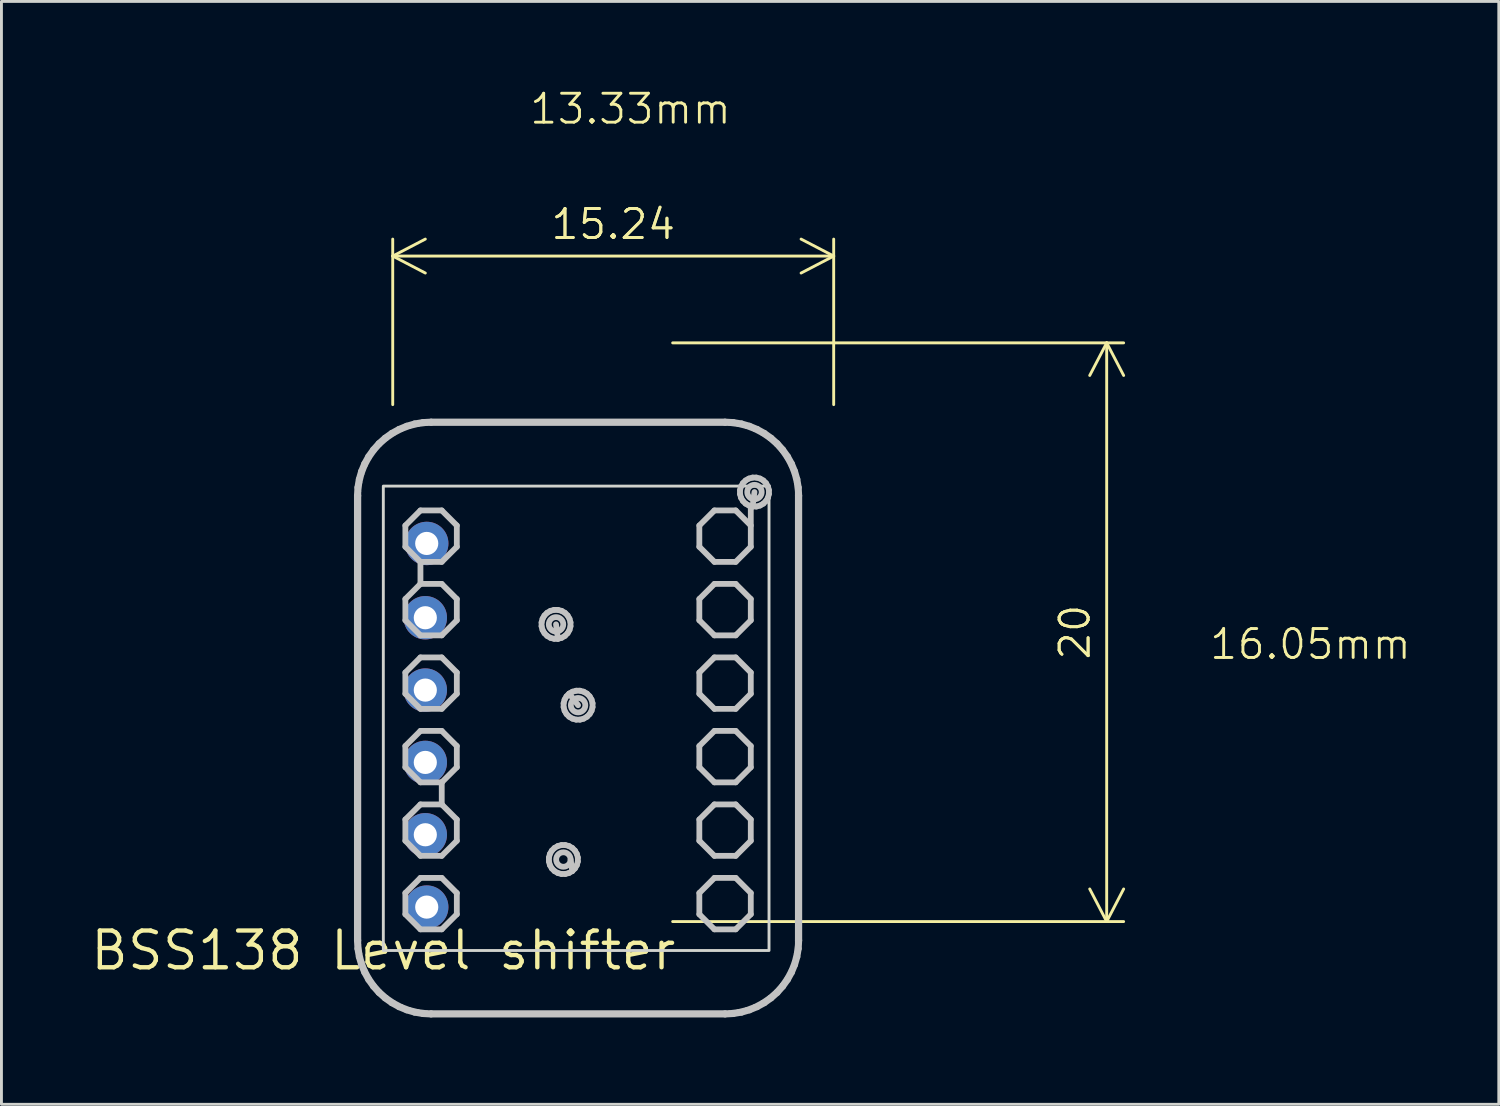
<source format=kicad_pcb>
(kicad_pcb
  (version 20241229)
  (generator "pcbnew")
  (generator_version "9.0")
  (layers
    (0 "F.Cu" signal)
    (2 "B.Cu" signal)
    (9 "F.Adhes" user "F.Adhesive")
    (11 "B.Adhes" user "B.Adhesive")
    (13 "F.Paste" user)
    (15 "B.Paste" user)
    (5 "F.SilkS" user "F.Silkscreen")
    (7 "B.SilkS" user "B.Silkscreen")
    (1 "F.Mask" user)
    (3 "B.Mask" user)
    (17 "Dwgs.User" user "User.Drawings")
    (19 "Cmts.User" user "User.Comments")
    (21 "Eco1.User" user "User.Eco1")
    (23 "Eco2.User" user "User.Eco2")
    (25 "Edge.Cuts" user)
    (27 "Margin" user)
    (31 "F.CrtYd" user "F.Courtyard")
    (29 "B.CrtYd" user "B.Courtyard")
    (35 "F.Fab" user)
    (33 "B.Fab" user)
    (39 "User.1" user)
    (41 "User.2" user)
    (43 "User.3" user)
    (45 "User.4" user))
  (footprint "BSS138 Level shifter"
    (layer "F.Cu")
    (at 10.198 29.8)
    (property "Reference" "BSS138 Level shifter" (at 0 0 0) (layer "F.SilkS") (effects (font (size 1.27 1.27) (thickness 0.15))))
    (fp_line (start -0.914 -15.717) (end -0.898 -16.004) (stroke (width 0.2) (type default)) (layer "Dwgs.User"))
    (fp_line (start -0.914 -0.35) (end -0.914 -15.717) (stroke (width 0.2) (type default)) (layer "Dwgs.User"))
    (fp_line (start -0.898 -16.004) (end -0.85 -16.288) (stroke (width 0.2) (type default)) (layer "Dwgs.User"))
    (fp_line (start -0.898 -0.063) (end -0.914 -0.35) (stroke (width 0.2) (type default)) (layer "Dwgs.User"))
    (fp_line (start -0.864 -15.869) (end -0.864 -15.717) (stroke (width 0.2) (type default)) (layer "Dwgs.User"))
    (fp_line (start -0.864 -15.717) (end -0.864 -0.35) (stroke (width 0.2) (type default)) (layer "Dwgs.User"))
    (fp_line (start -0.864 -0.35) (end -0.864 -0.198) (stroke (width 0.2) (type default)) (layer "Dwgs.User"))
    (fp_line (start -0.864 -0.198) (end -0.827 0.104) (stroke (width 0.2) (type default)) (layer "Dwgs.User"))
    (fp_line (start -0.85 -16.288) (end -0.77 -16.564) (stroke (width 0.2) (type default)) (layer "Dwgs.User"))
    (fp_line (start -0.85 0.221) (end -0.898 -0.063) (stroke (width 0.2) (type default)) (layer "Dwgs.User"))
    (fp_line (start -0.827 -16.171) (end -0.864 -15.869) (stroke (width 0.2) (type default)) (layer "Dwgs.User"))
    (fp_line (start -0.827 0.104) (end -0.755 0.4) (stroke (width 0.2) (type default)) (layer "Dwgs.User"))
    (fp_line (start -0.77 -16.564) (end -0.66 -16.83) (stroke (width 0.2) (type default)) (layer "Dwgs.User"))
    (fp_line (start -0.77 0.497) (end -0.85 0.221) (stroke (width 0.2) (type default)) (layer "Dwgs.User"))
    (fp_line (start -0.755 -16.467) (end -0.827 -16.171) (stroke (width 0.2) (type default)) (layer "Dwgs.User"))
    (fp_line (start -0.755 0.4) (end -0.77 0.497) (stroke (width 0.2) (type default)) (layer "Dwgs.User"))
    (fp_line (start -0.755 0.4) (end -0.647 0.684) (stroke (width 0.2) (type default)) (layer "Dwgs.User"))
    (fp_line (start -0.66 -16.83) (end -0.521 -17.082) (stroke (width 0.2) (type default)) (layer "Dwgs.User"))
    (fp_line (start -0.66 0.763) (end -0.77 0.497) (stroke (width 0.2) (type default)) (layer "Dwgs.User"))
    (fp_line (start -0.647 -16.751) (end -0.755 -16.467) (stroke (width 0.2) (type default)) (layer "Dwgs.User"))
    (fp_line (start -0.647 0.684) (end -0.505 0.953) (stroke (width 0.2) (type default)) (layer "Dwgs.User"))
    (fp_line (start -0.521 -17.082) (end -0.354 -17.316) (stroke (width 0.2) (type default)) (layer "Dwgs.User"))
    (fp_line (start -0.521 1.015) (end -0.66 0.763) (stroke (width 0.2) (type default)) (layer "Dwgs.User"))
    (fp_line (start -0.505 -17.02) (end -0.647 -16.751) (stroke (width 0.2) (type default)) (layer "Dwgs.User"))
    (fp_line (start -0.505 0.953) (end -0.332 1.204) (stroke (width 0.2) (type default)) (layer "Dwgs.User"))
    (fp_line (start -0.354 -17.316) (end -0.163 -17.531) (stroke (width 0.2) (type default)) (layer "Dwgs.User"))
    (fp_line (start -0.354 1.249) (end -0.521 1.015) (stroke (width 0.2) (type default)) (layer "Dwgs.User"))
    (fp_line (start -0.332 -17.271) (end -0.505 -17.02) (stroke (width 0.2) (type default)) (layer "Dwgs.User"))
    (fp_line (start -0.332 1.204) (end -0.131 1.432) (stroke (width 0.2) (type default)) (layer "Dwgs.User"))
    (fp_line (start -0.163 -17.531) (end 0.052 -17.722) (stroke (width 0.2) (type default)) (layer "Dwgs.User"))
    (fp_line (start -0.163 1.464) (end -0.354 1.249) (stroke (width 0.2) (type default)) (layer "Dwgs.User"))
    (fp_line (start -0.131 -17.499) (end -0.332 -17.271) (stroke (width 0.2) (type default)) (layer "Dwgs.User"))
    (fp_line (start -0.131 1.432) (end 0.097 1.633) (stroke (width 0.2) (type default)) (layer "Dwgs.User"))
    (fp_line (start 0.052 -17.722) (end 0.286 -17.889) (stroke (width 0.2) (type default)) (layer "Dwgs.User"))
    (fp_line (start 0.052 1.655) (end -0.163 1.464) (stroke (width 0.2) (type default)) (layer "Dwgs.User"))
    (fp_line (start 0.097 -17.7) (end -0.131 -17.499) (stroke (width 0.2) (type default)) (layer "Dwgs.User"))
    (fp_line (start 0.097 1.633) (end 0.348 1.806) (stroke (width 0.2) (type default)) (layer "Dwgs.User"))
    (fp_line (start 0.286 -17.889) (end 0.538 -18.028) (stroke (width 0.2) (type default)) (layer "Dwgs.User"))
    (fp_line (start 0.286 1.822) (end 0.052 1.655) (stroke (width 0.2) (type default)) (layer "Dwgs.User"))
    (fp_line (start 0.348 -17.873) (end 0.097 -17.7) (stroke (width 0.2) (type default)) (layer "Dwgs.User"))
    (fp_line (start 0.348 1.806) (end 0.617 1.948) (stroke (width 0.2) (type default)) (layer "Dwgs.User"))
    (fp_line (start 0.538 -18.028) (end 0.804 -18.138) (stroke (width 0.2) (type default)) (layer "Dwgs.User"))
    (fp_line (start 0.538 1.961) (end 0.286 1.822) (stroke (width 0.2) (type default)) (layer "Dwgs.User"))
    (fp_line (start 0.617 -18.015) (end 0.348 -17.873) (stroke (width 0.2) (type default)) (layer "Dwgs.User"))
    (fp_line (start 0.617 1.948) (end 0.901 2.056) (stroke (width 0.2) (type default)) (layer "Dwgs.User"))
    (fp_line (start 0.762 -14.688) (end 1.283 -15.209) (stroke (width 0.2) (type default)) (layer "Dwgs.User"))
    (fp_line (start 0.762 -13.952) (end 0.762 -14.688) (stroke (width 0.2) (type default)) (layer "Dwgs.User"))
    (fp_line (start 0.762 -12.148) (end 1.283 -12.669) (stroke (width 0.2) (type default)) (layer "Dwgs.User"))
    (fp_line (start 0.762 -11.412) (end 0.762 -12.148) (stroke (width 0.2) (type default)) (layer "Dwgs.User"))
    (fp_line (start 0.762 -9.608) (end 1.283 -10.129) (stroke (width 0.2) (type default)) (layer "Dwgs.User"))
    (fp_line (start 0.762 -8.872) (end 0.762 -9.608) (stroke (width 0.2) (type default)) (layer "Dwgs.User"))
    (fp_line (start 0.762 -7.068) (end 1.283 -7.589) (stroke (width 0.2) (type default)) (layer "Dwgs.User"))
    (fp_line (start 0.762 -6.332) (end 0.762 -7.068) (stroke (width 0.2) (type default)) (layer "Dwgs.User"))
    (fp_line (start 0.762 -4.528) (end 1.283 -5.049) (stroke (width 0.2) (type default)) (layer "Dwgs.User"))
    (fp_line (start 0.762 -3.792) (end 0.762 -4.528) (stroke (width 0.2) (type default)) (layer "Dwgs.User"))
    (fp_line (start 0.762 -1.988) (end 1.283 -2.509) (stroke (width 0.2) (type default)) (layer "Dwgs.User"))
    (fp_line (start 0.762 -1.252) (end 0.762 -1.988) (stroke (width 0.2) (type default)) (layer "Dwgs.User"))
    (fp_line (start 0.804 -18.138) (end 1.08 -18.218) (stroke (width 0.2) (type default)) (layer "Dwgs.User"))
    (fp_line (start 0.804 2.071) (end 0.538 1.961) (stroke (width 0.2) (type default)) (layer "Dwgs.User"))
    (fp_line (start 0.901 -18.123) (end 0.617 -18.015) (stroke (width 0.2) (type default)) (layer "Dwgs.User"))
    (fp_line (start 0.901 2.056) (end 1.197 2.128) (stroke (width 0.2) (type default)) (layer "Dwgs.User"))
    (fp_line (start 1.08 -18.218) (end 1.364 -18.266) (stroke (width 0.2) (type default)) (layer "Dwgs.User"))
    (fp_line (start 1.08 2.151) (end 0.804 2.071) (stroke (width 0.2) (type default)) (layer "Dwgs.User"))
    (fp_line (start 1.197 -18.195) (end 0.901 -18.123) (stroke (width 0.2) (type default)) (layer "Dwgs.User"))
    (fp_line (start 1.197 2.128) (end 1.499 2.165) (stroke (width 0.2) (type default)) (layer "Dwgs.User"))
    (fp_line (start 1.283 -15.209) (end 2.019 -15.209) (stroke (width 0.2) (type default)) (layer "Dwgs.User"))
    (fp_line (start 1.283 -13.431) (end 0.762 -13.952) (stroke (width 0.2) (type default)) (layer "Dwgs.User"))
    (fp_line (start 1.283 -12.669) (end 1.283 -13.431) (stroke (width 0.2) (type default)) (layer "Dwgs.User"))
    (fp_line (start 1.283 -12.669) (end 2.019 -12.669) (stroke (width 0.2) (type default)) (layer "Dwgs.User"))
    (fp_line (start 1.283 -10.891) (end 0.762 -11.412) (stroke (width 0.2) (type default)) (layer "Dwgs.User"))
    (fp_line (start 1.283 -10.129) (end 2.019 -10.129) (stroke (width 0.2) (type default)) (layer "Dwgs.User"))
    (fp_line (start 1.283 -8.351) (end 0.762 -8.872) (stroke (width 0.2) (type default)) (layer "Dwgs.User"))
    (fp_line (start 1.283 -7.589) (end 2.019 -7.589) (stroke (width 0.2) (type default)) (layer "Dwgs.User"))
    (fp_line (start 1.283 -5.811) (end 0.762 -6.332) (stroke (width 0.2) (type default)) (layer "Dwgs.User"))
    (fp_line (start 1.283 -5.049) (end 2.019 -5.049) (stroke (width 0.2) (type default)) (layer "Dwgs.User"))
    (fp_line (start 1.283 -3.271) (end 0.762 -3.792) (stroke (width 0.2) (type default)) (layer "Dwgs.User"))
    (fp_line (start 1.283 -2.509) (end 2.019 -2.509) (stroke (width 0.2) (type default)) (layer "Dwgs.User"))
    (fp_line (start 1.283 -0.731) (end 0.762 -1.252) (stroke (width 0.2) (type default)) (layer "Dwgs.User"))
    (fp_line (start 1.364 -18.266) (end 1.651 -18.282) (stroke (width 0.2) (type default)) (layer "Dwgs.User"))
    (fp_line (start 1.364 2.199) (end 1.08 2.151) (stroke (width 0.2) (type default)) (layer "Dwgs.User"))
    (fp_line (start 1.499 -18.232) (end 1.197 -18.195) (stroke (width 0.2) (type default)) (layer "Dwgs.User"))
    (fp_line (start 1.499 2.165) (end 1.651 2.165) (stroke (width 0.2) (type default)) (layer "Dwgs.User"))
    (fp_line (start 1.651 -18.282) (end 11.811 -18.282) (stroke (width 0.2) (type default)) (layer "Dwgs.User"))
    (fp_line (start 1.651 -18.232) (end 1.499 -18.232) (stroke (width 0.2) (type default)) (layer "Dwgs.User"))
    (fp_line (start 1.651 2.165) (end 11.811 2.165) (stroke (width 0.2) (type default)) (layer "Dwgs.User"))
    (fp_line (start 1.651 2.215) (end 1.364 2.199) (stroke (width 0.2) (type default)) (layer "Dwgs.User"))
    (fp_line (start 2.019 -15.209) (end 2.54 -14.688) (stroke (width 0.2) (type default)) (layer "Dwgs.User"))
    (fp_line (start 2.019 -13.431) (end 1.283 -13.431) (stroke (width 0.2) (type default)) (layer "Dwgs.User"))
    (fp_line (start 2.019 -12.669) (end 2.54 -12.148) (stroke (width 0.2) (type default)) (layer "Dwgs.User"))
    (fp_line (start 2.019 -10.891) (end 1.283 -10.891) (stroke (width 0.2) (type default)) (layer "Dwgs.User"))
    (fp_line (start 2.019 -10.129) (end 2.54 -9.608) (stroke (width 0.2) (type default)) (layer "Dwgs.User"))
    (fp_line (start 2.019 -8.351) (end 1.283 -8.351) (stroke (width 0.2) (type default)) (layer "Dwgs.User"))
    (fp_line (start 2.019 -7.589) (end 2.54 -7.068) (stroke (width 0.2) (type default)) (layer "Dwgs.User"))
    (fp_line (start 2.019 -5.811) (end 1.283 -5.811) (stroke (width 0.2) (type default)) (layer "Dwgs.User"))
    (fp_line (start 2.019 -5.811) (end 2.019 -5.049) (stroke (width 0.2) (type default)) (layer "Dwgs.User"))
    (fp_line (start 2.019 -5.049) (end 2.54 -4.528) (stroke (width 0.2) (type default)) (layer "Dwgs.User"))
    (fp_line (start 2.019 -3.271) (end 1.283 -3.271) (stroke (width 0.2) (type default)) (layer "Dwgs.User"))
    (fp_line (start 2.019 -2.509) (end 2.54 -1.988) (stroke (width 0.2) (type default)) (layer "Dwgs.User"))
    (fp_line (start 2.019 -0.731) (end 1.283 -0.731) (stroke (width 0.2) (type default)) (layer "Dwgs.User"))
    (fp_line (start 2.54 -14.688) (end 2.54 -13.952) (stroke (width 0.2) (type default)) (layer "Dwgs.User"))
    (fp_line (start 2.54 -13.952) (end 2.019 -13.431) (stroke (width 0.2) (type default)) (layer "Dwgs.User"))
    (fp_line (start 2.54 -12.148) (end 2.54 -11.412) (stroke (width 0.2) (type default)) (layer "Dwgs.User"))
    (fp_line (start 2.54 -11.412) (end 2.019 -10.891) (stroke (width 0.2) (type default)) (layer "Dwgs.User"))
    (fp_line (start 2.54 -9.608) (end 2.54 -8.872) (stroke (width 0.2) (type default)) (layer "Dwgs.User"))
    (fp_line (start 2.54 -8.872) (end 2.019 -8.351) (stroke (width 0.2) (type default)) (layer "Dwgs.User"))
    (fp_line (start 2.54 -7.068) (end 2.54 -6.332) (stroke (width 0.2) (type default)) (layer "Dwgs.User"))
    (fp_line (start 2.54 -6.332) (end 2.019 -5.811) (stroke (width 0.2) (type default)) (layer "Dwgs.User"))
    (fp_line (start 2.54 -4.528) (end 2.54 -3.792) (stroke (width 0.2) (type default)) (layer "Dwgs.User"))
    (fp_line (start 2.54 -3.792) (end 2.019 -3.271) (stroke (width 0.2) (type default)) (layer "Dwgs.User"))
    (fp_line (start 2.54 -1.988) (end 2.54 -1.252) (stroke (width 0.2) (type default)) (layer "Dwgs.User"))
    (fp_line (start 2.54 -1.252) (end 2.019 -0.731) (stroke (width 0.2) (type default)) (layer "Dwgs.User"))
    (fp_line (start 5.469 -11.338) (end 5.503 -11.465) (stroke (width 0.2) (type default)) (layer "Dwgs.User"))
    (fp_line (start 5.469 -11.206) (end 5.469 -11.338) (stroke (width 0.2) (type default)) (layer "Dwgs.User"))
    (fp_line (start 5.503 -11.465) (end 5.569 -11.579) (stroke (width 0.2) (type default)) (layer "Dwgs.User"))
    (fp_line (start 5.503 -11.079) (end 5.469 -11.206) (stroke (width 0.2) (type default)) (layer "Dwgs.User"))
    (fp_line (start 5.569 -11.579) (end 5.662 -11.672) (stroke (width 0.2) (type default)) (layer "Dwgs.User"))
    (fp_line (start 5.569 -10.965) (end 5.503 -11.079) (stroke (width 0.2) (type default)) (layer "Dwgs.User"))
    (fp_line (start 5.662 -11.672) (end 5.776 -11.738) (stroke (width 0.2) (type default)) (layer "Dwgs.User"))
    (fp_line (start 5.662 -10.872) (end 5.569 -10.965) (stroke (width 0.2) (type default)) (layer "Dwgs.User"))
    (fp_line (start 5.723 -3.21) (end 5.757 -3.337) (stroke (width 0.2) (type default)) (layer "Dwgs.User"))
    (fp_line (start 5.723 -3.078) (end 5.723 -3.21) (stroke (width 0.2) (type default)) (layer "Dwgs.User"))
    (fp_line (start 5.757 -3.337) (end 5.823 -3.451) (stroke (width 0.2) (type default)) (layer "Dwgs.User"))
    (fp_line (start 5.757 -2.951) (end 5.723 -3.078) (stroke (width 0.2) (type default)) (layer "Dwgs.User"))
    (fp_line (start 5.776 -11.738) (end 5.903 -11.772) (stroke (width 0.2) (type default)) (layer "Dwgs.User"))
    (fp_line (start 5.776 -10.806) (end 5.662 -10.872) (stroke (width 0.2) (type default)) (layer "Dwgs.User"))
    (fp_line (start 5.823 -3.451) (end 5.916 -3.544) (stroke (width 0.2) (type default)) (layer "Dwgs.User"))
    (fp_line (start 5.823 -2.837) (end 5.757 -2.951) (stroke (width 0.2) (type default)) (layer "Dwgs.User"))
    (fp_line (start 5.903 -11.772) (end 6.035 -11.772) (stroke (width 0.2) (type default)) (layer "Dwgs.User"))
    (fp_line (start 5.903 -10.772) (end 5.776 -10.806) (stroke (width 0.2) (type default)) (layer "Dwgs.User"))
    (fp_line (start 5.916 -3.544) (end 6.03 -3.61) (stroke (width 0.2) (type default)) (layer "Dwgs.User"))
    (fp_line (start 5.916 -2.744) (end 5.823 -2.837) (stroke (width 0.2) (type default)) (layer "Dwgs.User"))
    (fp_line (start 6.03 -3.61) (end 6.157 -3.644) (stroke (width 0.2) (type default)) (layer "Dwgs.User"))
    (fp_line (start 6.03 -2.678) (end 5.916 -2.744) (stroke (width 0.2) (type default)) (layer "Dwgs.User"))
    (fp_line (start 6.035 -11.772) (end 6.162 -11.738) (stroke (width 0.2) (type default)) (layer "Dwgs.User"))
    (fp_line (start 6.035 -10.772) (end 5.903 -10.772) (stroke (width 0.2) (type default)) (layer "Dwgs.User"))
    (fp_line (start 6.035 -10.772) (end 5.969 -11.272) (stroke (width 0.2) (type default)) (layer "Dwgs.User"))
    (fp_line (start 6.157 -3.644) (end 6.289 -3.644) (stroke (width 0.2) (type default)) (layer "Dwgs.User"))
    (fp_line (start 6.157 -2.644) (end 6.03 -2.678) (stroke (width 0.2) (type default)) (layer "Dwgs.User"))
    (fp_line (start 6.162 -11.738) (end 6.276 -11.672) (stroke (width 0.2) (type default)) (layer "Dwgs.User"))
    (fp_line (start 6.162 -10.806) (end 6.035 -10.772) (stroke (width 0.2) (type default)) (layer "Dwgs.User"))
    (fp_line (start 6.231 -8.544) (end 6.265 -8.671) (stroke (width 0.2) (type default)) (layer "Dwgs.User"))
    (fp_line (start 6.231 -8.412) (end 6.231 -8.544) (stroke (width 0.2) (type default)) (layer "Dwgs.User"))
    (fp_line (start 6.265 -8.671) (end 6.331 -8.785) (stroke (width 0.2) (type default)) (layer "Dwgs.User"))
    (fp_line (start 6.265 -8.285) (end 6.231 -8.412) (stroke (width 0.2) (type default)) (layer "Dwgs.User"))
    (fp_line (start 6.276 -11.672) (end 6.369 -11.579) (stroke (width 0.2) (type default)) (layer "Dwgs.User"))
    (fp_line (start 6.276 -10.872) (end 6.162 -10.806) (stroke (width 0.2) (type default)) (layer "Dwgs.User"))
    (fp_line (start 6.289 -3.644) (end 6.416 -3.61) (stroke (width 0.2) (type default)) (layer "Dwgs.User"))
    (fp_line (start 6.289 -2.644) (end 6.157 -2.644) (stroke (width 0.2) (type default)) (layer "Dwgs.User"))
    (fp_line (start 6.331 -8.785) (end 6.424 -8.878) (stroke (width 0.2) (type default)) (layer "Dwgs.User"))
    (fp_line (start 6.331 -8.171) (end 6.265 -8.285) (stroke (width 0.2) (type default)) (layer "Dwgs.User"))
    (fp_line (start 6.369 -11.579) (end 6.435 -11.465) (stroke (width 0.2) (type default)) (layer "Dwgs.User"))
    (fp_line (start 6.369 -10.965) (end 6.276 -10.872) (stroke (width 0.2) (type default)) (layer "Dwgs.User"))
    (fp_line (start 6.416 -3.61) (end 6.53 -3.544) (stroke (width 0.2) (type default)) (layer "Dwgs.User"))
    (fp_line (start 6.416 -2.678) (end 6.289 -2.644) (stroke (width 0.2) (type default)) (layer "Dwgs.User"))
    (fp_line (start 6.424 -8.878) (end 6.538 -8.944) (stroke (width 0.2) (type default)) (layer "Dwgs.User"))
    (fp_line (start 6.424 -8.878) (end 6.731 -8.478) (stroke (width 0.2) (type default)) (layer "Dwgs.User"))
    (fp_line (start 6.424 -8.078) (end 6.331 -8.171) (stroke (width 0.2) (type default)) (layer "Dwgs.User"))
    (fp_line (start 6.435 -11.465) (end 6.469 -11.338) (stroke (width 0.2) (type default)) (layer "Dwgs.User"))
    (fp_line (start 6.435 -11.079) (end 6.369 -10.965) (stroke (width 0.2) (type default)) (layer "Dwgs.User"))
    (fp_line (start 6.469 -11.338) (end 6.469 -11.206) (stroke (width 0.2) (type default)) (layer "Dwgs.User"))
    (fp_line (start 6.469 -11.206) (end 6.435 -11.079) (stroke (width 0.2) (type default)) (layer "Dwgs.User"))
    (fp_line (start 6.53 -3.544) (end 6.623 -3.451) (stroke (width 0.2) (type default)) (layer "Dwgs.User"))
    (fp_line (start 6.53 -2.744) (end 6.416 -2.678) (stroke (width 0.2) (type default)) (layer "Dwgs.User"))
    (fp_line (start 6.53 -2.744) (end 6.473 -3.144) (stroke (width 0.2) (type default)) (layer "Dwgs.User"))
    (fp_line (start 6.538 -8.944) (end 6.665 -8.978) (stroke (width 0.2) (type default)) (layer "Dwgs.User"))
    (fp_line (start 6.538 -8.012) (end 6.424 -8.078) (stroke (width 0.2) (type default)) (layer "Dwgs.User"))
    (fp_line (start 6.623 -3.451) (end 6.689 -3.337) (stroke (width 0.2) (type default)) (layer "Dwgs.User"))
    (fp_line (start 6.623 -2.837) (end 6.53 -2.744) (stroke (width 0.2) (type default)) (layer "Dwgs.User"))
    (fp_line (start 6.665 -8.978) (end 6.797 -8.978) (stroke (width 0.2) (type default)) (layer "Dwgs.User"))
    (fp_line (start 6.665 -7.978) (end 6.538 -8.012) (stroke (width 0.2) (type default)) (layer "Dwgs.User"))
    (fp_line (start 6.689 -3.337) (end 6.723 -3.21) (stroke (width 0.2) (type default)) (layer "Dwgs.User"))
    (fp_line (start 6.689 -2.951) (end 6.623 -2.837) (stroke (width 0.2) (type default)) (layer "Dwgs.User"))
    (fp_line (start 6.723 -3.21) (end 6.723 -3.078) (stroke (width 0.2) (type default)) (layer "Dwgs.User"))
    (fp_line (start 6.723 -3.078) (end 6.689 -2.951) (stroke (width 0.2) (type default)) (layer "Dwgs.User"))
    (fp_line (start 6.797 -8.978) (end 6.924 -8.944) (stroke (width 0.2) (type default)) (layer "Dwgs.User"))
    (fp_line (start 6.797 -7.978) (end 6.665 -7.978) (stroke (width 0.2) (type default)) (layer "Dwgs.User"))
    (fp_line (start 6.924 -8.944) (end 7.038 -8.878) (stroke (width 0.2) (type default)) (layer "Dwgs.User"))
    (fp_line (start 6.924 -8.012) (end 6.797 -7.978) (stroke (width 0.2) (type default)) (layer "Dwgs.User"))
    (fp_line (start 7.038 -8.878) (end 7.131 -8.785) (stroke (width 0.2) (type default)) (layer "Dwgs.User"))
    (fp_line (start 7.038 -8.078) (end 6.924 -8.012) (stroke (width 0.2) (type default)) (layer "Dwgs.User"))
    (fp_line (start 7.131 -8.785) (end 7.197 -8.671) (stroke (width 0.2) (type default)) (layer "Dwgs.User"))
    (fp_line (start 7.131 -8.171) (end 7.038 -8.078) (stroke (width 0.2) (type default)) (layer "Dwgs.User"))
    (fp_line (start 7.197 -8.671) (end 7.231 -8.544) (stroke (width 0.2) (type default)) (layer "Dwgs.User"))
    (fp_line (start 7.197 -8.285) (end 7.131 -8.171) (stroke (width 0.2) (type default)) (layer "Dwgs.User"))
    (fp_line (start 7.231 -8.544) (end 7.231 -8.412) (stroke (width 0.2) (type default)) (layer "Dwgs.User"))
    (fp_line (start 7.231 -8.412) (end 7.197 -8.285) (stroke (width 0.2) (type default)) (layer "Dwgs.User"))
    (fp_line (start 10.922 -14.688) (end 11.443 -15.209) (stroke (width 0.2) (type default)) (layer "Dwgs.User"))
    (fp_line (start 10.922 -13.952) (end 10.922 -14.688) (stroke (width 0.2) (type default)) (layer "Dwgs.User"))
    (fp_line (start 10.922 -12.148) (end 11.443 -12.669) (stroke (width 0.2) (type default)) (layer "Dwgs.User"))
    (fp_line (start 10.922 -11.412) (end 10.922 -12.148) (stroke (width 0.2) (type default)) (layer "Dwgs.User"))
    (fp_line (start 10.922 -9.608) (end 11.443 -10.129) (stroke (width 0.2) (type default)) (layer "Dwgs.User"))
    (fp_line (start 10.922 -8.872) (end 10.922 -9.608) (stroke (width 0.2) (type default)) (layer "Dwgs.User"))
    (fp_line (start 10.922 -7.068) (end 11.443 -7.589) (stroke (width 0.2) (type default)) (layer "Dwgs.User"))
    (fp_line (start 10.922 -6.332) (end 10.922 -7.068) (stroke (width 0.2) (type default)) (layer "Dwgs.User"))
    (fp_line (start 10.922 -4.528) (end 11.443 -5.049) (stroke (width 0.2) (type default)) (layer "Dwgs.User"))
    (fp_line (start 10.922 -3.792) (end 10.922 -4.528) (stroke (width 0.2) (type default)) (layer "Dwgs.User"))
    (fp_line (start 10.922 -1.988) (end 11.443 -2.509) (stroke (width 0.2) (type default)) (layer "Dwgs.User"))
    (fp_line (start 10.922 -1.252) (end 10.922 -1.988) (stroke (width 0.2) (type default)) (layer "Dwgs.User"))
    (fp_line (start 11.443 -15.209) (end 12.179 -15.209) (stroke (width 0.2) (type default)) (layer "Dwgs.User"))
    (fp_line (start 11.443 -13.431) (end 10.922 -13.952) (stroke (width 0.2) (type default)) (layer "Dwgs.User"))
    (fp_line (start 11.443 -12.669) (end 12.179 -12.669) (stroke (width 0.2) (type default)) (layer "Dwgs.User"))
    (fp_line (start 11.443 -10.891) (end 10.922 -11.412) (stroke (width 0.2) (type default)) (layer "Dwgs.User"))
    (fp_line (start 11.443 -10.129) (end 12.179 -10.129) (stroke (width 0.2) (type default)) (layer "Dwgs.User"))
    (fp_line (start 11.443 -8.351) (end 10.922 -8.872) (stroke (width 0.2) (type default)) (layer "Dwgs.User"))
    (fp_line (start 11.443 -7.589) (end 12.179 -7.589) (stroke (width 0.2) (type default)) (layer "Dwgs.User"))
    (fp_line (start 11.443 -5.811) (end 10.922 -6.332) (stroke (width 0.2) (type default)) (layer "Dwgs.User"))
    (fp_line (start 11.443 -5.049) (end 12.179 -5.049) (stroke (width 0.2) (type default)) (layer "Dwgs.User"))
    (fp_line (start 11.443 -3.271) (end 10.922 -3.792) (stroke (width 0.2) (type default)) (layer "Dwgs.User"))
    (fp_line (start 11.443 -2.509) (end 12.179 -2.509) (stroke (width 0.2) (type default)) (layer "Dwgs.User"))
    (fp_line (start 11.443 -0.731) (end 10.922 -1.252) (stroke (width 0.2) (type default)) (layer "Dwgs.User"))
    (fp_line (start 11.811 -18.282) (end 12.098 -18.266) (stroke (width 0.2) (type default)) (layer "Dwgs.User"))
    (fp_line (start 11.811 -18.232) (end 1.651 -18.232) (stroke (width 0.2) (type default)) (layer "Dwgs.User"))
    (fp_line (start 11.811 2.165) (end 11.963 2.165) (stroke (width 0.2) (type default)) (layer "Dwgs.User"))
    (fp_line (start 11.811 2.215) (end 1.651 2.215) (stroke (width 0.2) (type default)) (layer "Dwgs.User"))
    (fp_line (start 11.963 -18.232) (end 11.811 -18.232) (stroke (width 0.2) (type default)) (layer "Dwgs.User"))
    (fp_line (start 11.963 2.165) (end 12.265 2.128) (stroke (width 0.2) (type default)) (layer "Dwgs.User"))
    (fp_line (start 12.098 -18.266) (end 12.382 -18.218) (stroke (width 0.2) (type default)) (layer "Dwgs.User"))
    (fp_line (start 12.098 2.199) (end 11.811 2.215) (stroke (width 0.2) (type default)) (layer "Dwgs.User"))
    (fp_line (start 12.179 -15.209) (end 12.7 -14.688) (stroke (width 0.2) (type default)) (layer "Dwgs.User"))
    (fp_line (start 12.179 -13.431) (end 11.443 -13.431) (stroke (width 0.2) (type default)) (layer "Dwgs.User"))
    (fp_line (start 12.179 -12.669) (end 12.7 -12.148) (stroke (width 0.2) (type default)) (layer "Dwgs.User"))
    (fp_line (start 12.179 -10.891) (end 11.443 -10.891) (stroke (width 0.2) (type default)) (layer "Dwgs.User"))
    (fp_line (start 12.179 -10.129) (end 12.7 -9.608) (stroke (width 0.2) (type default)) (layer "Dwgs.User"))
    (fp_line (start 12.179 -8.351) (end 11.443 -8.351) (stroke (width 0.2) (type default)) (layer "Dwgs.User"))
    (fp_line (start 12.179 -7.589) (end 12.7 -7.068) (stroke (width 0.2) (type default)) (layer "Dwgs.User"))
    (fp_line (start 12.179 -5.811) (end 11.443 -5.811) (stroke (width 0.2) (type default)) (layer "Dwgs.User"))
    (fp_line (start 12.179 -5.049) (end 12.7 -4.528) (stroke (width 0.2) (type default)) (layer "Dwgs.User"))
    (fp_line (start 12.179 -3.271) (end 11.443 -3.271) (stroke (width 0.2) (type default)) (layer "Dwgs.User"))
    (fp_line (start 12.179 -2.509) (end 12.7 -1.988) (stroke (width 0.2) (type default)) (layer "Dwgs.User"))
    (fp_line (start 12.179 -0.731) (end 11.443 -0.731) (stroke (width 0.2) (type default)) (layer "Dwgs.User"))
    (fp_line (start 12.265 -18.195) (end 11.963 -18.232) (stroke (width 0.2) (type default)) (layer "Dwgs.User"))
    (fp_line (start 12.265 2.128) (end 12.561 2.056) (stroke (width 0.2) (type default)) (layer "Dwgs.User"))
    (fp_line (start 12.327 -15.91) (end 12.361 -16.037) (stroke (width 0.2) (type default)) (layer "Dwgs.User"))
    (fp_line (start 12.327 -15.778) (end 12.327 -15.91) (stroke (width 0.2) (type default)) (layer "Dwgs.User"))
    (fp_line (start 12.361 -16.037) (end 12.427 -16.151) (stroke (width 0.2) (type default)) (layer "Dwgs.User"))
    (fp_line (start 12.361 -15.651) (end 12.327 -15.778) (stroke (width 0.2) (type default)) (layer "Dwgs.User"))
    (fp_line (start 12.382 -18.218) (end 12.658 -18.138) (stroke (width 0.2) (type default)) (layer "Dwgs.User"))
    (fp_line (start 12.382 2.151) (end 12.098 2.199) (stroke (width 0.2) (type default)) (layer "Dwgs.User"))
    (fp_line (start 12.427 -16.151) (end 12.52 -16.244) (stroke (width 0.2) (type default)) (layer "Dwgs.User"))
    (fp_line (start 12.427 -15.537) (end 12.361 -15.651) (stroke (width 0.2) (type default)) (layer "Dwgs.User"))
    (fp_line (start 12.52 -16.244) (end 12.634 -16.31) (stroke (width 0.2) (type default)) (layer "Dwgs.User"))
    (fp_line (start 12.52 -15.444) (end 12.427 -15.537) (stroke (width 0.2) (type default)) (layer "Dwgs.User"))
    (fp_line (start 12.561 -18.123) (end 12.265 -18.195) (stroke (width 0.2) (type default)) (layer "Dwgs.User"))
    (fp_line (start 12.561 2.056) (end 12.845 1.948) (stroke (width 0.2) (type default)) (layer "Dwgs.User"))
    (fp_line (start 12.634 -16.31) (end 12.761 -16.344) (stroke (width 0.2) (type default)) (layer "Dwgs.User"))
    (fp_line (start 12.634 -15.378) (end 12.52 -15.444) (stroke (width 0.2) (type default)) (layer "Dwgs.User"))
    (fp_line (start 12.658 -18.138) (end 12.924 -18.028) (stroke (width 0.2) (type default)) (layer "Dwgs.User"))
    (fp_line (start 12.658 2.071) (end 12.382 2.151) (stroke (width 0.2) (type default)) (layer "Dwgs.User"))
    (fp_line (start 12.7 -15.344) (end 12.7 -13.952) (stroke (width 0.2) (type default)) (layer "Dwgs.User"))
    (fp_line (start 12.7 -13.952) (end 12.179 -13.431) (stroke (width 0.2) (type default)) (layer "Dwgs.User"))
    (fp_line (start 12.7 -12.148) (end 12.7 -11.412) (stroke (width 0.2) (type default)) (layer "Dwgs.User"))
    (fp_line (start 12.7 -11.412) (end 12.179 -10.891) (stroke (width 0.2) (type default)) (layer "Dwgs.User"))
    (fp_line (start 12.7 -9.608) (end 12.7 -8.872) (stroke (width 0.2) (type default)) (layer "Dwgs.User"))
    (fp_line (start 12.7 -8.872) (end 12.179 -8.351) (stroke (width 0.2) (type default)) (layer "Dwgs.User"))
    (fp_line (start 12.7 -7.068) (end 12.7 -6.332) (stroke (width 0.2) (type default)) (layer "Dwgs.User"))
    (fp_line (start 12.7 -6.332) (end 12.179 -5.811) (stroke (width 0.2) (type default)) (layer "Dwgs.User"))
    (fp_line (start 12.7 -4.528) (end 12.7 -3.792) (stroke (width 0.2) (type default)) (layer "Dwgs.User"))
    (fp_line (start 12.7 -3.792) (end 12.179 -3.271) (stroke (width 0.2) (type default)) (layer "Dwgs.User"))
    (fp_line (start 12.7 -1.988) (end 12.7 -1.252) (stroke (width 0.2) (type default)) (layer "Dwgs.User"))
    (fp_line (start 12.7 -1.252) (end 12.179 -0.731) (stroke (width 0.2) (type default)) (layer "Dwgs.User"))
    (fp_line (start 12.761 -16.344) (end 12.893 -16.344) (stroke (width 0.2) (type default)) (layer "Dwgs.User"))
    (fp_line (start 12.761 -15.344) (end 12.634 -15.378) (stroke (width 0.2) (type default)) (layer "Dwgs.User"))
    (fp_line (start 12.761 -15.344) (end 12.827 -15.844) (stroke (width 0.2) (type default)) (layer "Dwgs.User"))
    (fp_line (start 12.845 -18.015) (end 12.561 -18.123) (stroke (width 0.2) (type default)) (layer "Dwgs.User"))
    (fp_line (start 12.845 1.948) (end 13.114 1.806) (stroke (width 0.2) (type default)) (layer "Dwgs.User"))
    (fp_line (start 12.893 -16.344) (end 13.02 -16.31) (stroke (width 0.2) (type default)) (layer "Dwgs.User"))
    (fp_line (start 12.893 -15.344) (end 12.7 -15.344) (stroke (width 0.2) (type default)) (layer "Dwgs.User"))
    (fp_line (start 12.924 -18.028) (end 13.176 -17.889) (stroke (width 0.2) (type default)) (layer "Dwgs.User"))
    (fp_line (start 12.924 1.961) (end 12.658 2.071) (stroke (width 0.2) (type default)) (layer "Dwgs.User"))
    (fp_line (start 13.02 -16.31) (end 13.134 -16.244) (stroke (width 0.2) (type default)) (layer "Dwgs.User"))
    (fp_line (start 13.02 -15.378) (end 12.893 -15.344) (stroke (width 0.2) (type default)) (layer "Dwgs.User"))
    (fp_line (start 13.114 -17.873) (end 12.845 -18.015) (stroke (width 0.2) (type default)) (layer "Dwgs.User"))
    (fp_line (start 13.114 1.806) (end 13.365 1.633) (stroke (width 0.2) (type default)) (layer "Dwgs.User"))
    (fp_line (start 13.134 -16.244) (end 13.227 -16.151) (stroke (width 0.2) (type default)) (layer "Dwgs.User"))
    (fp_line (start 13.134 -15.444) (end 13.02 -15.378) (stroke (width 0.2) (type default)) (layer "Dwgs.User"))
    (fp_line (start 13.176 -17.889) (end 13.41 -17.722) (stroke (width 0.2) (type default)) (layer "Dwgs.User"))
    (fp_line (start 13.176 1.822) (end 12.924 1.961) (stroke (width 0.2) (type default)) (layer "Dwgs.User"))
    (fp_line (start 13.227 -16.151) (end 13.293 -16.037) (stroke (width 0.2) (type default)) (layer "Dwgs.User"))
    (fp_line (start 13.227 -15.537) (end 13.134 -15.444) (stroke (width 0.2) (type default)) (layer "Dwgs.User"))
    (fp_line (start 13.293 -16.037) (end 13.327 -15.91) (stroke (width 0.2) (type default)) (layer "Dwgs.User"))
    (fp_line (start 13.293 -15.651) (end 13.227 -15.537) (stroke (width 0.2) (type default)) (layer "Dwgs.User"))
    (fp_line (start 13.327 -15.91) (end 13.327 -15.778) (stroke (width 0.2) (type default)) (layer "Dwgs.User"))
    (fp_line (start 13.327 -15.778) (end 13.293 -15.651) (stroke (width 0.2) (type default)) (layer "Dwgs.User"))
    (fp_line (start 13.365 -17.7) (end 13.114 -17.873) (stroke (width 0.2) (type default)) (layer "Dwgs.User"))
    (fp_line (start 13.365 1.633) (end 13.593 1.432) (stroke (width 0.2) (type default)) (layer "Dwgs.User"))
    (fp_line (start 13.41 -17.722) (end 13.625 -17.531) (stroke (width 0.2) (type default)) (layer "Dwgs.User"))
    (fp_line (start 13.41 1.655) (end 13.176 1.822) (stroke (width 0.2) (type default)) (layer "Dwgs.User"))
    (fp_line (start 13.593 -17.499) (end 13.365 -17.7) (stroke (width 0.2) (type default)) (layer "Dwgs.User"))
    (fp_line (start 13.593 1.432) (end 13.794 1.204) (stroke (width 0.2) (type default)) (layer "Dwgs.User"))
    (fp_line (start 13.625 -17.531) (end 13.816 -17.316) (stroke (width 0.2) (type default)) (layer "Dwgs.User"))
    (fp_line (start 13.625 1.464) (end 13.41 1.655) (stroke (width 0.2) (type default)) (layer "Dwgs.User"))
    (fp_line (start 13.794 -17.271) (end 13.593 -17.499) (stroke (width 0.2) (type default)) (layer "Dwgs.User"))
    (fp_line (start 13.794 1.204) (end 13.967 0.953) (stroke (width 0.2) (type default)) (layer "Dwgs.User"))
    (fp_line (start 13.816 -17.316) (end 13.983 -17.082) (stroke (width 0.2) (type default)) (layer "Dwgs.User"))
    (fp_line (start 13.816 1.249) (end 13.625 1.464) (stroke (width 0.2) (type default)) (layer "Dwgs.User"))
    (fp_line (start 13.967 -17.02) (end 13.794 -17.271) (stroke (width 0.2) (type default)) (layer "Dwgs.User"))
    (fp_line (start 13.967 0.953) (end 14.109 0.684) (stroke (width 0.2) (type default)) (layer "Dwgs.User"))
    (fp_line (start 13.983 -17.082) (end 14.122 -16.83) (stroke (width 0.2) (type default)) (layer "Dwgs.User"))
    (fp_line (start 13.983 1.015) (end 13.816 1.249) (stroke (width 0.2) (type default)) (layer "Dwgs.User"))
    (fp_line (start 14.109 -16.751) (end 13.967 -17.02) (stroke (width 0.2) (type default)) (layer "Dwgs.User"))
    (fp_line (start 14.109 0.684) (end 14.217 0.4) (stroke (width 0.2) (type default)) (layer "Dwgs.User"))
    (fp_line (start 14.122 -16.83) (end 14.232 -16.564) (stroke (width 0.2) (type default)) (layer "Dwgs.User"))
    (fp_line (start 14.122 0.763) (end 13.983 1.015) (stroke (width 0.2) (type default)) (layer "Dwgs.User"))
    (fp_line (start 14.217 -16.467) (end 14.109 -16.751) (stroke (width 0.2) (type default)) (layer "Dwgs.User"))
    (fp_line (start 14.217 0.4) (end 14.289 0.104) (stroke (width 0.2) (type default)) (layer "Dwgs.User"))
    (fp_line (start 14.232 -16.564) (end 14.312 -16.288) (stroke (width 0.2) (type default)) (layer "Dwgs.User"))
    (fp_line (start 14.232 0.497) (end 14.122 0.763) (stroke (width 0.2) (type default)) (layer "Dwgs.User"))
    (fp_line (start 14.289 -16.171) (end 14.217 -16.467) (stroke (width 0.2) (type default)) (layer "Dwgs.User"))
    (fp_line (start 14.289 0.104) (end 14.326 -0.198) (stroke (width 0.2) (type default)) (layer "Dwgs.User"))
    (fp_line (start 14.312 -16.288) (end 14.36 -16.004) (stroke (width 0.2) (type default)) (layer "Dwgs.User"))
    (fp_line (start 14.312 0.221) (end 14.232 0.497) (stroke (width 0.2) (type default)) (layer "Dwgs.User"))
    (fp_line (start 14.326 -15.869) (end 14.289 -16.171) (stroke (width 0.2) (type default)) (layer "Dwgs.User"))
    (fp_line (start 14.326 -15.717) (end 14.326 -15.869) (stroke (width 0.2) (type default)) (layer "Dwgs.User"))
    (fp_line (start 14.326 -0.35) (end 14.326 -15.717) (stroke (width 0.2) (type default)) (layer "Dwgs.User"))
    (fp_line (start 14.326 -0.198) (end 14.326 -0.35) (stroke (width 0.2) (type default)) (layer "Dwgs.User"))
    (fp_line (start 14.36 -16.004) (end 14.376 -15.717) (stroke (width 0.2) (type default)) (layer "Dwgs.User"))
    (fp_line (start 14.36 -0.063) (end 14.312 0.221) (stroke (width 0.2) (type default)) (layer "Dwgs.User"))
    (fp_line (start 14.376 -15.717) (end 14.376 -0.35) (stroke (width 0.2) (type default)) (layer "Dwgs.User"))
    (fp_line (start 14.376 -0.35) (end 14.36 -0.063) (stroke (width 0.2) (type default)) (layer "Dwgs.User"))
    (fp_circle (center 5.969 -11.272) (end 6.219 -11.272) (stroke (width 0.2) (type default)) (fill no) (layer "Dwgs.User"))
    (fp_circle (center 6.223 -3.144) (end 6.473 -3.144) (stroke (width 0.2) (type default)) (fill no) (layer "Dwgs.User"))
    (fp_circle (center 6.731 -8.478) (end 6.981 -8.478) (stroke (width 0.2) (type default)) (fill no) (layer "Dwgs.User"))
    (fp_circle (center 12.827 -15.844) (end 13.077 -15.844) (stroke (width 0.2) (type default)) (fill no) (layer "Dwgs.User"))
    (fp_rect (start 0 -16.05) (end 13.33 0) (stroke (width 0.1) (type solid)) (fill no) (layer "Edge.Cuts"))
    (fp_text user "16.05mm" (at 28.5 -10 0) (unlocked yes) (layer "F.SilkS") (effects (font (size 1 1) (thickness 0.1)) (justify left bottom)))
    (fp_text user "13.33mm" (at 5 -28.5 0) (unlocked yes) (layer "F.SilkS") (effects (font (size 1 1) (thickness 0.1)) (justify left bottom)))
    (dimension (type orthogonal) (layer "F.SilkS") (pts (xy 19.698 8.8) (xy 19.698 28.8)) (height 15.5) (orientation 1) (format (prefix "") (suffix "") (units 3) (units_format 0) (precision 4) (suppress_zeroes yes)) (style (thickness 0.1) (arrow_length 1.27) (text_position_mode 0) (arrow_direction outward) (extension_height 0.586) (extension_offset 0.5) (keep_text_aligned yes)) (gr_text "20" (at 34.098 18.8 90) (layer "F.SilkS") (effects (font (size 1 1) (thickness 0.1)))))
    (dimension (type orthogonal) (layer "F.SilkS") (pts (xy 10.523 11.434) (xy 25.763 11.434)) (height -5.634) (orientation 0) (format (prefix "") (suffix "") (units 3) (units_format 0) (precision 4) (suppress_zeroes yes)) (style (thickness 0.1) (arrow_length 1.27) (text_position_mode 0) (arrow_direction outward) (extension_height 0.586) (extension_offset 0.5) (keep_text_aligned yes)) (gr_text "15.24" (at 18.143 4.7 0) (layer "F.SilkS") (effects (font (size 1 1) (thickness 0.1)))))
    (pad "3" thru_hole circle (at 1.5 -14.068) (size 1.5 1.5) (drill 0.8) (layers "*.Cu" "*.Mask"))
    (pad "4" thru_hole circle (at 1.451 -11.5) (size 1.5 1.5) (drill 0.8) (layers "*.Cu" "*.Mask"))
    (pad "5" thru_hole circle (at 1.451 -9) (size 1.5 1.5) (drill 0.8) (layers "*.Cu" "*.Mask"))
    (pad "6" thru_hole circle (at 1.451 -6.5) (size 1.5 1.5) (drill 0.8) (layers "*.Cu" "*.Mask"))
    (pad "7" thru_hole circle (at 1.451 -4) (size 1.5 1.5) (drill 0.8) (layers "*.Cu" "*.Mask"))
    (pad "8" thru_hole circle (at 1.5 -1.5) (size 1.5 1.5) (drill 0.8) (layers "*.Cu" "*.Mask")))
  (gr_rect
    (start -3 -3)
    (end 48.75 35.115)
    (stroke (width 0.1) (type default))
    (fill no)
    (layer "Edge.Cuts")))
</source>
